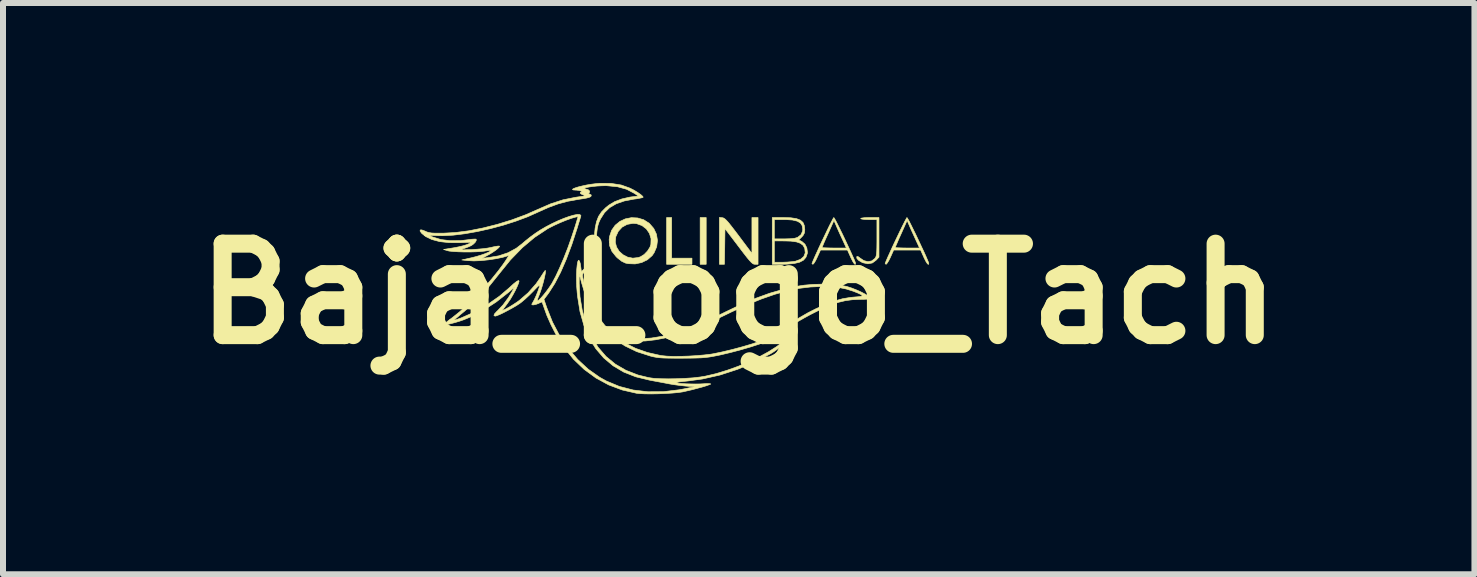
<source format=kicad_pcb>
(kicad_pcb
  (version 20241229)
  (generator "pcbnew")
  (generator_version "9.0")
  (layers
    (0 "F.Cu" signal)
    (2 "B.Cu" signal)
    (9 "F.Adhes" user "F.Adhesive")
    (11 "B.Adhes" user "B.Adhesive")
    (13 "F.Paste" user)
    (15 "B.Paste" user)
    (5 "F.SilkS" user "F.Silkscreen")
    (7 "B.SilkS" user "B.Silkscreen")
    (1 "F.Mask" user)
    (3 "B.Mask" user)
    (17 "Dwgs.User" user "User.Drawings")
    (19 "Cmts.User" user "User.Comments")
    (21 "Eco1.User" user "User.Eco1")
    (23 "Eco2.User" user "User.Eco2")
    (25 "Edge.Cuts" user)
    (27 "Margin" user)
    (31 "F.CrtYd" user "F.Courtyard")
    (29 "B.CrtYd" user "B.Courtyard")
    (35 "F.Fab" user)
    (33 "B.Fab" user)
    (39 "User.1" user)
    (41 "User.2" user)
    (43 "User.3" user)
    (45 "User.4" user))
  (footprint "Baja_Logo_Tach"
    (layer "F.Cu")
    (at 9.26 1.845)
    (property "Reference" "Baja_Logo_Tach" (at 0 0 0) (layer "F.SilkS") (effects (font (size 1.524 1.524) (thickness 0.3))))
    (attr through_hole)
    (fp_poly (pts (xy -0.542 -0.491) (xy -0.643 -0.491) (xy -0.643 -1.27) (xy -0.542 -1.27) (xy -0.542 -0.491)) (stroke (width 0.01) (type solid)) (fill yes) (layer "F.SilkS"))
    (fp_poly (pts (xy -1.118 -0.593) (xy -0.779 -0.593) (xy -0.779 -0.491) (xy -1.202 -0.491) (xy -1.202 -1.27) (xy -1.118 -1.27) (xy -1.118 -0.593)) (stroke (width 0.01) (type solid)) (fill yes) (layer "F.SilkS"))
    (fp_poly (pts (xy -0.272 -1.267) (xy -0.253 -1.262) (xy -0.231 -1.248) (xy -0.204 -1.223) (xy -0.168 -1.183) (xy -0.122 -1.125) (xy -0.06 -1.045) (xy -0.001 -0.967) (xy 0.22 -0.672) (xy 0.22 -1.27) (xy 0.322 -1.27) (xy 0.322 -0.491) (xy 0.272 -0.491) (xy 0.253 -0.493) (xy 0.234 -0.502) (xy 0.211 -0.521) (xy 0.18 -0.554) (xy 0.139 -0.603) (xy 0.085 -0.672) (xy 0.015 -0.764) (xy -0.003 -0.788) (xy -0.229 -1.085) (xy -0.233 -0.788) (xy -0.238 -0.491) (xy -0.322 -0.491) (xy -0.322 -1.272) (xy -0.272 -1.267)) (stroke (width 0.01) (type solid)) (fill yes) (layer "F.SilkS"))
    (fp_poly (pts (xy 2.337 -0.61) (xy 2.29 -0.56) (xy 2.227 -0.513) (xy 2.153 -0.499) (xy 2.071 -0.516) (xy 2.053 -0.524) (xy 2 -0.555) (xy 1.97 -0.587) (xy 1.966 -0.614) (xy 1.971 -0.622) (xy 1.989 -0.619) (xy 2.018 -0.598) (xy 2.019 -0.597) (xy 2.085 -0.552) (xy 2.153 -0.535) (xy 2.216 -0.547) (xy 2.268 -0.587) (xy 2.269 -0.589) (xy 2.282 -0.607) (xy 2.29 -0.629) (xy 2.296 -0.66) (xy 2.3 -0.707) (xy 2.302 -0.773) (xy 2.303 -0.865) (xy 2.303 -0.934) (xy 2.303 -1.236) (xy 2.167 -1.236) (xy 2.1 -1.238) (xy 2.053 -1.244) (xy 2.032 -1.252) (xy 2.032 -1.253) (xy 2.048 -1.261) (xy 2.092 -1.267) (xy 2.159 -1.27) (xy 2.184 -1.27) (xy 2.337 -1.27) (xy 2.337 -0.61)) (stroke (width 0.01) (type solid)) (fill yes) (layer "F.SilkS"))
    (fp_poly (pts (xy -1.685 -1.263) (xy -1.584 -1.233) (xy -1.491 -1.174) (xy -1.489 -1.172) (xy -1.416 -1.088) (xy -1.371 -0.992) (xy -1.354 -0.888) (xy -1.367 -0.783) (xy -1.41 -0.683) (xy -1.443 -0.635) (xy -1.521 -0.567) (xy -1.617 -0.52) (xy -1.726 -0.497) (xy -1.838 -0.501) (xy -1.887 -0.511) (xy -1.95 -0.541) (xy -2.021 -0.597) (xy -2.042 -0.617) (xy -2.113 -0.706) (xy -2.152 -0.801) (xy -2.156 -0.86) (xy -2.057 -0.86) (xy -2.036 -0.778) (xy -1.992 -0.707) (xy -1.928 -0.65) (xy -1.851 -0.61) (xy -1.765 -0.593) (xy -1.676 -0.603) (xy -1.637 -0.616) (xy -1.576 -0.654) (xy -1.52 -0.712) (xy -1.479 -0.777) (xy -1.464 -0.822) (xy -1.461 -0.918) (xy -1.488 -1.006) (xy -1.54 -1.081) (xy -1.612 -1.136) (xy -1.701 -1.168) (xy -1.762 -1.173) (xy -1.859 -1.156) (xy -1.942 -1.111) (xy -2.007 -1.04) (xy -2.049 -0.949) (xy -2.049 -0.947) (xy -2.057 -0.86) (xy -2.156 -0.86) (xy -2.159 -0.904) (xy -2.152 -0.956) (xy -2.118 -1.057) (xy -2.059 -1.141) (xy -1.981 -1.205) (xy -1.889 -1.248) (xy -1.788 -1.268) (xy -1.685 -1.263)) (stroke (width 0.01) (type solid)) (fill yes) (layer "F.SilkS"))
    (fp_poly (pts (xy 1.595 -1.255) (xy 1.618 -1.215) (xy 1.649 -1.154) (xy 1.687 -1.077) (xy 1.73 -0.99) (xy 1.774 -0.897) (xy 1.818 -0.803) (xy 1.859 -0.714) (xy 1.895 -0.635) (xy 1.924 -0.57) (xy 1.942 -0.526) (xy 1.947 -0.506) (xy 1.941 -0.488) (xy 1.925 -0.5) (xy 1.901 -0.537) (xy 1.87 -0.598) (xy 1.865 -0.61) (xy 1.812 -0.728) (xy 1.588 -0.728) (xy 1.363 -0.728) (xy 1.309 -0.61) (xy 1.282 -0.553) (xy 1.256 -0.511) (xy 1.238 -0.492) (xy 1.236 -0.491) (xy 1.221 -0.501) (xy 1.222 -0.507) (xy 1.238 -0.548) (xy 1.265 -0.61) (xy 1.3 -0.687) (xy 1.338 -0.771) (xy 1.389 -0.771) (xy 1.404 -0.767) (xy 1.448 -0.765) (xy 1.511 -0.763) (xy 1.59 -0.762) (xy 1.794 -0.762) (xy 1.734 -0.893) (xy 1.698 -0.97) (xy 1.662 -1.05) (xy 1.632 -1.117) (xy 1.63 -1.123) (xy 1.587 -1.221) (xy 1.488 -1) (xy 1.452 -0.921) (xy 1.422 -0.853) (xy 1.401 -0.802) (xy 1.389 -0.774) (xy 1.389 -0.771) (xy 1.338 -0.771) (xy 1.34 -0.775) (xy 1.384 -0.869) (xy 1.429 -0.963) (xy 1.472 -1.053) (xy 1.511 -1.134) (xy 1.545 -1.2) (xy 1.569 -1.246) (xy 1.583 -1.269) (xy 1.585 -1.27) (xy 1.595 -1.255)) (stroke (width 0.01) (type solid)) (fill yes) (layer "F.SilkS"))
    (fp_poly (pts (xy 2.814 -1.255) (xy 2.837 -1.215) (xy 2.868 -1.154) (xy 2.906 -1.077) (xy 2.949 -0.99) (xy 2.993 -0.897) (xy 3.037 -0.803) (xy 3.079 -0.714) (xy 3.115 -0.635) (xy 3.143 -0.57) (xy 3.161 -0.526) (xy 3.167 -0.506) (xy 3.161 -0.488) (xy 3.144 -0.5) (xy 3.12 -0.537) (xy 3.089 -0.598) (xy 3.084 -0.61) (xy 3.031 -0.728) (xy 2.807 -0.728) (xy 2.582 -0.728) (xy 2.529 -0.61) (xy 2.501 -0.553) (xy 2.475 -0.511) (xy 2.458 -0.492) (xy 2.455 -0.491) (xy 2.441 -0.501) (xy 2.441 -0.507) (xy 2.457 -0.548) (xy 2.484 -0.61) (xy 2.519 -0.687) (xy 2.557 -0.771) (xy 2.608 -0.771) (xy 2.624 -0.767) (xy 2.667 -0.765) (xy 2.731 -0.763) (xy 2.809 -0.762) (xy 3.013 -0.762) (xy 2.953 -0.893) (xy 2.918 -0.97) (xy 2.881 -1.05) (xy 2.851 -1.117) (xy 2.849 -1.123) (xy 2.806 -1.221) (xy 2.707 -1) (xy 2.671 -0.921) (xy 2.642 -0.853) (xy 2.62 -0.802) (xy 2.609 -0.774) (xy 2.608 -0.771) (xy 2.557 -0.771) (xy 2.559 -0.775) (xy 2.603 -0.869) (xy 2.648 -0.963) (xy 2.691 -1.053) (xy 2.731 -1.134) (xy 2.764 -1.2) (xy 2.789 -1.246) (xy 2.802 -1.269) (xy 2.804 -1.27) (xy 2.814 -1.255)) (stroke (width 0.01) (type solid)) (fill yes) (layer "F.SilkS"))
    (fp_poly (pts (xy 0.868 -1.266) (xy 0.962 -1.252) (xy 1.028 -1.226) (xy 1.071 -1.188) (xy 1.094 -1.134) (xy 1.101 -1.07) (xy 1.095 -1.013) (xy 1.072 -0.97) (xy 1.051 -0.947) (xy 1.001 -0.897) (xy 1.052 -0.871) (xy 1.103 -0.827) (xy 1.135 -0.764) (xy 1.145 -0.692) (xy 1.142 -0.668) (xy 1.12 -0.607) (xy 1.078 -0.559) (xy 1.013 -0.525) (xy 0.923 -0.504) (xy 0.804 -0.493) (xy 0.719 -0.491) (xy 0.559 -0.491) (xy 0.559 -0.525) (xy 0.593 -0.525) (xy 0.732 -0.525) (xy 0.81 -0.528) (xy 0.885 -0.534) (xy 0.943 -0.542) (xy 0.948 -0.543) (xy 1.03 -0.574) (xy 1.084 -0.62) (xy 1.108 -0.68) (xy 1.101 -0.751) (xy 1.099 -0.758) (xy 1.073 -0.806) (xy 1.028 -0.841) (xy 0.961 -0.864) (xy 0.869 -0.877) (xy 0.766 -0.88) (xy 0.593 -0.881) (xy 0.593 -0.525) (xy 0.559 -0.525) (xy 0.559 -1.236) (xy 0.593 -1.236) (xy 0.593 -0.914) (xy 0.763 -0.914) (xy 0.863 -0.917) (xy 0.934 -0.925) (xy 0.981 -0.939) (xy 0.982 -0.94) (xy 1.038 -0.984) (xy 1.064 -1.044) (xy 1.067 -1.075) (xy 1.057 -1.135) (xy 1.027 -1.18) (xy 0.974 -1.21) (xy 0.894 -1.229) (xy 0.785 -1.236) (xy 0.754 -1.236) (xy 0.593 -1.236) (xy 0.559 -1.236) (xy 0.559 -1.27) (xy 0.746 -1.27) (xy 0.868 -1.266)) (stroke (width 0.01) (type solid)) (fill yes) (layer "F.SilkS"))
    (fp_poly (pts (xy -2.128 -1.839) (xy -1.957 -1.812) (xy -1.813 -1.76) (xy -1.746 -1.726) (xy -1.683 -1.688) (xy -1.632 -1.652) (xy -1.6 -1.623) (xy -1.592 -1.609) (xy -1.607 -1.601) (xy -1.649 -1.592) (xy -1.71 -1.581) (xy -1.745 -1.577) (xy -1.907 -1.546) (xy -2.042 -1.499) (xy -2.151 -1.435) (xy -2.237 -1.351) (xy -2.304 -1.246) (xy -2.304 -1.246) (xy -2.328 -1.194) (xy -2.344 -1.146) (xy -2.356 -1.095) (xy -2.364 -1.029) (xy -2.371 -0.94) (xy -2.372 -0.927) (xy -2.39 -0.758) (xy -2.42 -0.615) (xy -2.461 -0.499) (xy -2.513 -0.412) (xy -2.568 -0.361) (xy -2.596 -0.337) (xy -2.604 -0.308) (xy -2.599 -0.272) (xy -2.578 -0.184) (xy -2.545 -0.077) (xy -2.505 0.037) (xy -2.461 0.148) (xy -2.417 0.243) (xy -2.411 0.255) (xy -2.324 0.407) (xy -2.231 0.528) (xy -2.129 0.62) (xy -2.015 0.685) (xy -1.884 0.726) (xy -1.732 0.746) (xy -1.626 0.749) (xy -1.455 0.738) (xy -1.272 0.708) (xy -1.075 0.658) (xy -0.861 0.587) (xy -0.629 0.494) (xy -0.376 0.379) (xy -0.212 0.299) (xy 0.045 0.176) (xy 0.285 0.075) (xy 0.514 -0.008) (xy 0.741 -0.073) (xy 0.954 -0.122) (xy 1.091 -0.143) (xy 1.241 -0.156) (xy 1.395 -0.16) (xy 1.543 -0.157) (xy 1.677 -0.145) (xy 1.789 -0.124) (xy 1.798 -0.122) (xy 1.877 -0.097) (xy 1.959 -0.065) (xy 2.038 -0.03) (xy 2.108 0.007) (xy 2.163 0.04) (xy 2.195 0.068) (xy 2.201 0.082) (xy 2.186 0.086) (xy 2.143 0.09) (xy 2.079 0.093) (xy 2.011 0.094) (xy 1.891 0.1) (xy 1.778 0.115) (xy 1.665 0.142) (xy 1.543 0.184) (xy 1.407 0.242) (xy 1.295 0.296) (xy 1.198 0.345) (xy 1.097 0.4) (xy 0.998 0.456) (xy 0.907 0.51) (xy 0.83 0.558) (xy 0.773 0.598) (xy 0.745 0.62) (xy 0.731 0.636) (xy 0.741 0.637) (xy 0.766 0.628) (xy 0.81 0.609) (xy 0.865 0.584) (xy 0.881 0.576) (xy 0.934 0.553) (xy 0.964 0.553) (xy 0.969 0.576) (xy 0.95 0.623) (xy 0.949 0.624) (xy 0.91 0.682) (xy 0.847 0.751) (xy 0.768 0.825) (xy 0.679 0.898) (xy 0.586 0.965) (xy 0.532 0.999) (xy 0.263 1.141) (xy -0.021 1.26) (xy -0.314 1.355) (xy -0.607 1.421) (xy -0.852 1.454) (xy -0.928 1.462) (xy -0.99 1.469) (xy -1.031 1.475) (xy -1.044 1.479) (xy -1.035 1.485) (xy -0.999 1.491) (xy -0.942 1.497) (xy -0.871 1.501) (xy -0.793 1.503) (xy -0.715 1.504) (xy -0.642 1.503) (xy -0.603 1.501) (xy -0.536 1.497) (xy -0.489 1.498) (xy -0.466 1.502) (xy -0.466 1.505) (xy -0.491 1.516) (xy -0.541 1.534) (xy -0.611 1.555) (xy -0.693 1.577) (xy -0.78 1.6) (xy -0.866 1.62) (xy -0.931 1.635) (xy -1.005 1.646) (xy -1.103 1.655) (xy -1.216 1.662) (xy -1.336 1.667) (xy -1.454 1.669) (xy -1.561 1.668) (xy -1.65 1.664) (xy -1.7 1.659) (xy -1.94 1.604) (xy -2.167 1.519) (xy -2.379 1.404) (xy -2.576 1.26) (xy -2.754 1.09) (xy -2.913 0.893) (xy -2.961 0.823) (xy -3.046 0.678) (xy -3.127 0.52) (xy -3.197 0.362) (xy -3.227 0.279) (xy -3.249 0.217) (xy -3.266 0.169) (xy -3.276 0.141) (xy -3.278 0.138) (xy -3.294 0.142) (xy -3.328 0.157) (xy -3.333 0.16) (xy -3.38 0.178) (xy -3.421 0.186) (xy -3.422 0.186) (xy -3.446 0.184) (xy -3.447 0.171) (xy -3.431 0.144) (xy -3.407 0.1) (xy -3.377 0.035) (xy -3.348 -0.037) (xy -3.324 -0.106) (xy -3.318 -0.123) (xy -3.316 -0.14) (xy -3.327 -0.138) (xy -3.354 -0.115) (xy -3.399 -0.069) (xy -3.424 -0.042) (xy -3.489 0.023) (xy -3.559 0.088) (xy -3.624 0.143) (xy -3.648 0.161) (xy -3.703 0.197) (xy -3.772 0.237) (xy -3.847 0.278) (xy -3.92 0.316) (xy -3.985 0.347) (xy -4.035 0.367) (xy -4.059 0.373) (xy -4.079 0.364) (xy -4.071 0.338) (xy -4.034 0.297) (xy -4.013 0.277) (xy -3.926 0.184) (xy -3.838 0.064) (xy -3.783 -0.025) (xy -3.735 -0.11) (xy -3.836 -0.023) (xy -4.041 0.137) (xy -4.253 0.275) (xy -4.468 0.386) (xy -4.582 0.433) (xy -4.648 0.456) (xy -4.72 0.478) (xy -4.792 0.497) (xy -4.854 0.512) (xy -4.9 0.52) (xy -4.921 0.52) (xy -4.922 0.52) (xy -4.912 0.508) (xy -4.879 0.48) (xy -4.83 0.441) (xy -4.826 0.438) (xy -4.741 0.438) (xy -4.728 0.438) (xy -4.69 0.426) (xy -4.623 0.402) (xy -4.619 0.4) (xy -4.404 0.305) (xy -4.191 0.183) (xy -3.989 0.042) (xy -3.827 -0.096) (xy -3.753 -0.164) (xy -3.701 -0.205) (xy -3.67 -0.221) (xy -3.66 -0.211) (xy -3.669 -0.175) (xy -3.696 -0.111) (xy -3.724 -0.053) (xy -3.764 0.021) (xy -3.805 0.091) (xy -3.856 0.164) (xy -3.921 0.252) (xy -3.935 0.27) (xy -3.933 0.276) (xy -3.909 0.267) (xy -3.868 0.246) (xy -3.815 0.216) (xy -3.757 0.18) (xy -3.699 0.142) (xy -3.658 0.113) (xy -3.509 -0.016) (xy -3.377 -0.166) (xy -3.308 -0.265) (xy -3.272 -0.321) (xy -3.244 -0.364) (xy -3.226 -0.387) (xy -3.223 -0.389) (xy -3.219 -0.375) (xy -3.224 -0.334) (xy -3.236 -0.276) (xy -3.253 -0.205) (xy -3.274 -0.13) (xy -3.297 -0.057) (xy -3.32 0.007) (xy -3.329 0.03) (xy -3.348 0.077) (xy -3.356 0.109) (xy -3.353 0.119) (xy -3.331 0.105) (xy -3.295 0.07) (xy -3.251 0.019) (xy -3.203 -0.042) (xy -3.156 -0.107) (xy -3.115 -0.169) (xy -3.111 -0.176) (xy -3.05 -0.29) (xy -2.985 -0.43) (xy -2.917 -0.589) (xy -2.849 -0.762) (xy -2.785 -0.943) (xy -2.726 -1.123) (xy -2.703 -1.198) (xy -2.677 -1.287) (xy -2.723 -1.276) (xy -2.792 -1.256) (xy -2.88 -1.224) (xy -2.977 -1.184) (xy -3.072 -1.141) (xy -3.156 -1.099) (xy -3.188 -1.081) (xy -3.401 -0.94) (xy -3.606 -0.768) (xy -3.805 -0.563) (xy -3.997 -0.326) (xy -4 -0.322) (xy -4.198 -0.076) (xy -4.405 0.143) (xy -4.567 0.289) (xy -4.628 0.339) (xy -4.679 0.383) (xy -4.716 0.414) (xy -4.732 0.427) (xy -4.741 0.438) (xy -4.826 0.438) (xy -4.771 0.397) (xy -4.652 0.302) (xy -4.521 0.184) (xy -4.384 0.049) (xy -4.248 -0.095) (xy -4.119 -0.243) (xy -4.002 -0.388) (xy -3.99 -0.405) (xy -3.933 -0.481) (xy -3.888 -0.546) (xy -3.855 -0.597) (xy -3.837 -0.628) (xy -3.838 -0.636) (xy -3.929 -0.608) (xy -4.043 -0.584) (xy -4.169 -0.565) (xy -4.296 -0.552) (xy -4.414 -0.547) (xy -4.511 -0.552) (xy -4.513 -0.552) (xy -4.614 -0.563) (xy -4.453 -0.6) (xy -4.374 -0.62) (xy -4.297 -0.643) (xy -4.229 -0.667) (xy -4.175 -0.689) (xy -4.142 -0.708) (xy -4.135 -0.72) (xy -4.155 -0.722) (xy -4.197 -0.717) (xy -4.233 -0.711) (xy -4.294 -0.704) (xy -4.377 -0.699) (xy -4.474 -0.696) (xy -4.575 -0.696) (xy -4.672 -0.699) (xy -4.758 -0.704) (xy -4.824 -0.711) (xy -4.851 -0.717) (xy -4.919 -0.738) (xy -4.746 -0.766) (xy -4.665 -0.782) (xy -4.59 -0.8) (xy -4.532 -0.818) (xy -4.51 -0.827) (xy -4.447 -0.859) (xy -4.653 -0.851) (xy -4.829 -0.852) (xy -4.984 -0.869) (xy -5.114 -0.904) (xy -5.218 -0.954) (xy -5.242 -0.974) (xy -5.166 -0.974) (xy -5.098 -0.945) (xy -4.962 -0.903) (xy -4.805 -0.884) (xy -4.63 -0.886) (xy -4.513 -0.9) (xy -4.451 -0.908) (xy -4.402 -0.911) (xy -4.377 -0.91) (xy -4.375 -0.91) (xy -4.374 -0.887) (xy -4.393 -0.855) (xy -4.428 -0.822) (xy -4.458 -0.802) (xy -4.51 -0.779) (xy -4.572 -0.756) (xy -4.589 -0.751) (xy -4.618 -0.742) (xy -4.629 -0.736) (xy -4.619 -0.733) (xy -4.584 -0.732) (xy -4.521 -0.734) (xy -4.453 -0.736) (xy -4.361 -0.742) (xy -4.269 -0.75) (xy -4.19 -0.76) (xy -4.14 -0.769) (xy -4.08 -0.783) (xy -4.03 -0.792) (xy -4.005 -0.795) (xy -3.985 -0.793) (xy -3.987 -0.783) (xy -4.012 -0.756) (xy -4.014 -0.754) (xy -4.05 -0.725) (xy -4.104 -0.688) (xy -4.165 -0.651) (xy -4.166 -0.651) (xy -4.276 -0.591) (xy -4.176 -0.602) (xy -3.998 -0.632) (xy -3.843 -0.684) (xy -3.707 -0.758) (xy -3.615 -0.829) (xy -3.549 -0.885) (xy -3.471 -0.947) (xy -3.397 -1.001) (xy -3.395 -1.003) (xy -3.307 -1.061) (xy -3.211 -1.117) (xy -3.111 -1.169) (xy -3.011 -1.216) (xy -2.915 -1.256) (xy -2.826 -1.288) (xy -2.75 -1.31) (xy -2.689 -1.322) (xy -2.648 -1.32) (xy -2.63 -1.304) (xy -2.632 -1.291) (xy -2.64 -1.263) (xy -2.656 -1.211) (xy -2.677 -1.143) (xy -2.692 -1.093) (xy -2.782 -0.818) (xy -2.874 -0.573) (xy -2.968 -0.357) (xy -3.064 -0.173) (xy -3.16 -0.022) (xy -3.188 0.017) (xy -3.246 0.093) (xy -3.2 0.228) (xy -3.103 0.473) (xy -2.983 0.701) (xy -2.842 0.909) (xy -2.682 1.096) (xy -2.507 1.258) (xy -2.317 1.392) (xy -2.206 1.454) (xy -1.99 1.544) (xy -1.759 1.604) (xy -1.515 1.633) (xy -1.259 1.632) (xy -0.991 1.6) (xy -0.931 1.589) (xy -0.737 1.55) (xy -0.889 1.538) (xy -0.98 1.528) (xy -1.08 1.515) (xy -1.168 1.5) (xy -1.177 1.498) (xy -1.255 1.483) (xy -1.351 1.465) (xy -1.449 1.447) (xy -1.494 1.438) (xy -1.716 1.384) (xy -1.917 1.305) (xy -2.094 1.2) (xy -2.25 1.069) (xy -2.383 0.914) (xy -2.493 0.734) (xy -2.58 0.528) (xy -2.645 0.298) (xy -2.686 0.043) (xy -2.692 -0.018) (xy -2.7 -0.119) (xy -2.701 -0.169) (xy -2.658 -0.169) (xy -2.645 0.051) (xy -2.608 0.273) (xy -2.549 0.487) (xy -2.468 0.683) (xy -2.453 0.712) (xy -2.343 0.892) (xy -2.211 1.045) (xy -2.056 1.173) (xy -1.879 1.276) (xy -1.679 1.354) (xy -1.499 1.398) (xy -1.413 1.41) (xy -1.301 1.416) (xy -1.172 1.418) (xy -1.034 1.416) (xy -0.894 1.41) (xy -0.759 1.401) (xy -0.64 1.387) (xy -0.555 1.373) (xy -0.376 1.331) (xy -0.193 1.275) (xy -0.009 1.209) (xy 0.17 1.134) (xy 0.34 1.052) (xy 0.496 0.967) (xy 0.633 0.88) (xy 0.747 0.793) (xy 0.834 0.709) (xy 0.849 0.691) (xy 0.88 0.651) (xy 0.891 0.633) (xy 0.883 0.63) (xy 0.862 0.635) (xy 0.819 0.651) (xy 0.768 0.674) (xy 0.762 0.677) (xy 0.654 0.726) (xy 0.519 0.779) (xy 0.365 0.832) (xy 0.199 0.886) (xy 0.027 0.936) (xy -0.143 0.981) (xy -0.304 1.019) (xy -0.341 1.027) (xy -0.419 1.042) (xy -0.487 1.054) (xy -0.552 1.062) (xy -0.621 1.068) (xy -0.701 1.071) (xy -0.799 1.073) (xy -0.922 1.074) (xy -0.948 1.074) (xy -1.075 1.074) (xy -1.174 1.073) (xy -1.252 1.071) (xy -1.313 1.067) (xy -1.365 1.061) (xy -1.414 1.052) (xy -1.465 1.04) (xy -1.482 1.035) (xy -1.701 0.964) (xy -1.897 0.869) (xy -2.067 0.754) (xy -1.99 0.754) (xy -1.976 0.769) (xy -1.931 0.799) (xy -1.896 0.82) (xy -1.716 0.911) (xy -1.521 0.979) (xy -1.305 1.028) (xy -1.276 1.032) (xy -1.195 1.04) (xy -1.09 1.044) (xy -0.967 1.043) (xy -0.834 1.039) (xy -0.701 1.031) (xy -0.576 1.02) (xy -0.465 1.007) (xy -0.423 1) (xy -0.274 0.969) (xy -0.107 0.929) (xy 0.064 0.883) (xy 0.226 0.835) (xy 0.355 0.791) (xy 0.508 0.722) (xy 0.619 0.652) (xy 0.694 0.652) (xy 0.703 0.66) (xy 0.711 0.652) (xy 0.703 0.643) (xy 0.694 0.652) (xy 0.619 0.652) (xy 0.635 0.642) (xy 0.896 0.466) (xy 1.154 0.317) (xy 1.278 0.254) (xy 1.446 0.178) (xy 1.595 0.121) (xy 1.731 0.083) (xy 1.861 0.061) (xy 1.926 0.055) (xy 2.001 0.049) (xy 2.045 0.042) (xy 2.058 0.03) (xy 2.039 0.014) (xy 1.989 -0.01) (xy 1.909 -0.042) (xy 1.791 -0.079) (xy 1.668 -0.104) (xy 1.532 -0.118) (xy 1.387 -0.121) (xy 1.198 -0.113) (xy 1.007 -0.09) (xy 0.809 -0.049) (xy 0.602 0.009) (xy 0.381 0.086) (xy 0.142 0.183) (xy -0.116 0.301) (xy -0.213 0.348) (xy -0.37 0.424) (xy -0.503 0.486) (xy -0.618 0.538) (xy -0.72 0.58) (xy -0.817 0.617) (xy -0.914 0.651) (xy -1.017 0.683) (xy -1.019 0.684) (xy -1.203 0.732) (xy -1.383 0.767) (xy -1.555 0.787) (xy -1.712 0.791) (xy -1.849 0.78) (xy -1.929 0.762) (xy -1.975 0.752) (xy -1.99 0.754) (xy -2.067 0.754) (xy -2.071 0.751) (xy -2.223 0.608) (xy -2.354 0.44) (xy -2.465 0.245) (xy -2.556 0.023) (xy -2.617 -0.178) (xy -2.657 -0.33) (xy -2.658 -0.169) (xy -2.701 -0.169) (xy -2.703 -0.221) (xy -2.703 -0.32) (xy -2.699 -0.408) (xy -2.692 -0.48) (xy -2.683 -0.532) (xy -2.671 -0.557) (xy -2.667 -0.559) (xy -2.652 -0.543) (xy -2.639 -0.498) (xy -2.634 -0.464) (xy -2.622 -0.369) (xy -2.579 -0.409) (xy -2.52 -0.484) (xy -2.472 -0.587) (xy -2.437 -0.719) (xy -2.413 -0.881) (xy -2.406 -0.961) (xy -2.393 -1.094) (xy -2.37 -1.201) (xy -2.336 -1.289) (xy -2.286 -1.364) (xy -2.218 -1.433) (xy -2.162 -1.478) (xy -2.067 -1.535) (xy -1.947 -1.58) (xy -1.812 -1.611) (xy -1.772 -1.616) (xy -1.673 -1.628) (xy -1.737 -1.672) (xy -1.868 -1.741) (xy -2.02 -1.783) (xy -2.195 -1.8) (xy -2.218 -1.801) (xy -2.288 -1.799) (xy -2.361 -1.795) (xy -2.431 -1.788) (xy -2.492 -1.779) (xy -2.54 -1.77) (xy -2.569 -1.761) (xy -2.574 -1.753) (xy -2.557 -1.748) (xy -2.507 -1.733) (xy -2.484 -1.71) (xy -2.491 -1.683) (xy -2.5 -1.664) (xy -2.482 -1.659) (xy -2.459 -1.647) (xy -2.458 -1.631) (xy -2.467 -1.618) (xy -2.492 -1.606) (xy -2.537 -1.594) (xy -2.608 -1.582) (xy -2.667 -1.573) (xy -2.847 -1.541) (xy -3.011 -1.497) (xy -3.174 -1.437) (xy -3.341 -1.362) (xy -3.517 -1.283) (xy -3.713 -1.21) (xy -3.922 -1.143) (xy -4.138 -1.085) (xy -4.354 -1.037) (xy -4.563 -1) (xy -4.759 -0.976) (xy -4.935 -0.967) (xy -5.001 -0.968) (xy -5.166 -0.974) (xy -5.242 -0.974) (xy -5.282 -1.006) (xy -5.309 -1.043) (xy -5.308 -1.063) (xy -5.282 -1.064) (xy -5.233 -1.046) (xy -5.228 -1.044) (xy -5.195 -1.029) (xy -5.159 -1.019) (xy -5.115 -1.012) (xy -5.054 -1.009) (xy -4.97 -1.009) (xy -4.928 -1.009) (xy -4.723 -1.02) (xy -4.498 -1.049) (xy -4.261 -1.096) (xy -4.02 -1.157) (xy -3.78 -1.231) (xy -3.551 -1.316) (xy -3.344 -1.407) (xy -3.133 -1.499) (xy -2.929 -1.565) (xy -2.721 -1.607) (xy -2.688 -1.612) (xy -2.618 -1.622) (xy -2.577 -1.629) (xy -2.563 -1.636) (xy -2.572 -1.642) (xy -2.588 -1.646) (xy -2.624 -1.661) (xy -2.642 -1.678) (xy -2.636 -1.691) (xy -2.62 -1.694) (xy -2.612 -1.699) (xy -2.625 -1.71) (xy -2.658 -1.721) (xy -2.706 -1.727) (xy -2.717 -1.727) (xy -2.759 -1.73) (xy -2.771 -1.738) (xy -2.758 -1.75) (xy -2.724 -1.764) (xy -2.673 -1.78) (xy -2.609 -1.796) (xy -2.536 -1.812) (xy -2.457 -1.825) (xy -2.378 -1.835) (xy -2.32 -1.84) (xy -2.128 -1.839)) (stroke (width 0.01) (type solid)) (fill yes) (layer "F.SilkS")))
  (gr_rect
    (start -3 -3)
    (end 21.52 6.519)
    (stroke (width 0.1) (type default))
    (fill no)
    (layer "Edge.Cuts")))
</source>
